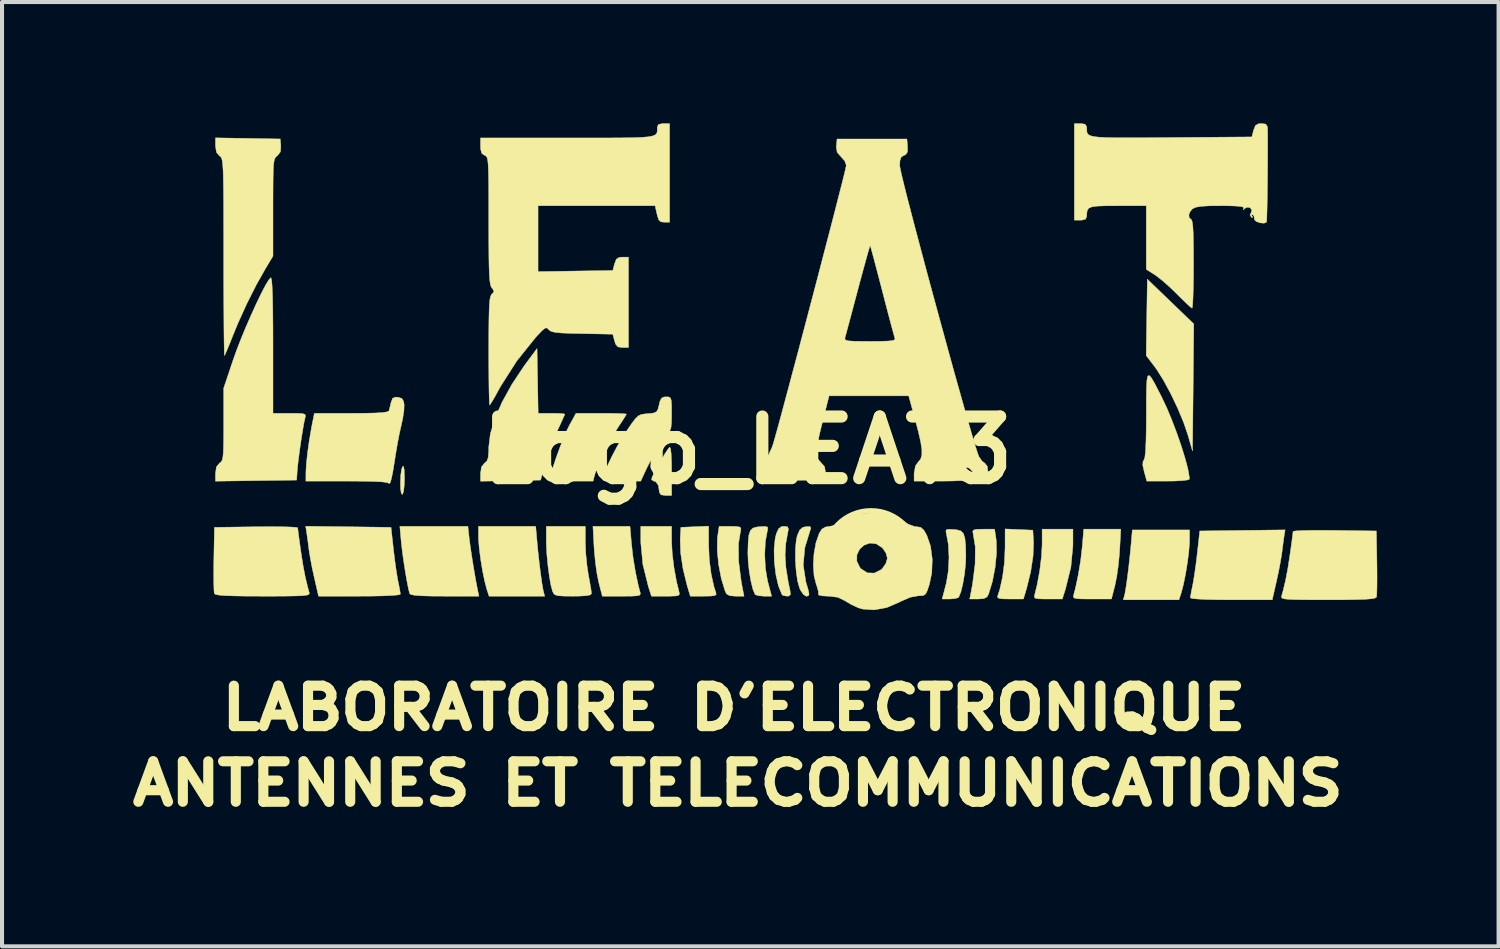
<source format=kicad_pcb>
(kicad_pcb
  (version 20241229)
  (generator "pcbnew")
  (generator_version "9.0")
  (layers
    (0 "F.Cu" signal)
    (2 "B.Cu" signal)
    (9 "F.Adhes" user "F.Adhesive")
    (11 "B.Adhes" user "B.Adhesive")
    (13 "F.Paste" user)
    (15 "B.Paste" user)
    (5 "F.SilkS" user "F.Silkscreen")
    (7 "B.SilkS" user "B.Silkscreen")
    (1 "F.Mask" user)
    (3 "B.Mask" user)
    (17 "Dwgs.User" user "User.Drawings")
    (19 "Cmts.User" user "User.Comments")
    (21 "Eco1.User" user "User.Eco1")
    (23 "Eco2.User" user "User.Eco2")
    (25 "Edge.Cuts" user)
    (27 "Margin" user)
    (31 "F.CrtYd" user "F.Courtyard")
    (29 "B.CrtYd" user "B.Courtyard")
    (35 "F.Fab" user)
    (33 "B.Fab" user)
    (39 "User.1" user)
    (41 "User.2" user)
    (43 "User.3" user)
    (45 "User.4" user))
  (footprint "Logo_LEAT3"
    (layer "F.Cu")
    (at 15.434 8.082)
    (property "Reference" "Logo_LEAT3" (at 0 0 0) (layer "F.SilkS") (effects (font (size 1.524 1.524) (thickness 0.3))))
    (attr through_hole)
    (fp_circle (center 3.05 2.65) (end 3.09 1.49) (stroke (width 0.12) (type solid)) (fill no) (layer "F.SilkS"))
    (fp_poly (pts (xy 10.455 -3.677) (xy 11.029 -3.124) (xy 11.014 -1.553) (xy 10.998 0.018) (xy 10.882 -0.385) (xy 10.777 -0.691) (xy 10.633 -1.036) (xy 10.465 -1.389) (xy 10.288 -1.718) (xy 10.117 -1.991) (xy 10.058 -2.073) (xy 9.853 -2.342) (xy 9.881 -4.23) (xy 10.455 -3.677)) (stroke (width 0.01) (type solid)) (fill yes) (layer "F.SilkS"))
    (fp_poly (pts (xy -8.491 0.482) (xy -8.485 0.661) (xy -8.484 0.696) (xy -8.491 0.879) (xy -8.508 1.02) (xy -8.532 1.09) (xy -8.534 1.092) (xy -8.564 1.065) (xy -8.581 0.946) (xy -8.584 0.803) (xy -8.577 0.622) (xy -8.557 0.476) (xy -8.534 0.406) (xy -8.507 0.399) (xy -8.491 0.482)) (stroke (width 0.01) (type solid)) (fill yes) (layer "F.SilkS"))
    (fp_poly (pts (xy -1.88 2.256) (xy -1.864 2.556) (xy -1.821 2.903) (xy -1.758 3.248) (xy -1.698 3.493) (xy -1.686 3.552) (xy -1.706 3.586) (xy -1.78 3.602) (xy -1.925 3.607) (xy -2.022 3.607) (xy -2.379 3.607) (xy -2.456 3.365) (xy -2.591 2.821) (xy -2.641 2.294) (xy -2.642 2.233) (xy -2.642 1.88) (xy -1.88 1.88) (xy -1.88 2.256)) (stroke (width 0.01) (type solid)) (fill yes) (layer "F.SilkS"))
    (fp_poly (pts (xy 7.28 2.326) (xy 7.264 2.626) (xy 7.221 2.973) (xy 7.158 3.318) (xy 7.098 3.562) (xy 7.086 3.622) (xy 7.106 3.656) (xy 7.18 3.672) (xy 7.325 3.677) (xy 7.422 3.677) (xy 7.779 3.677) (xy 7.856 3.436) (xy 7.991 2.891) (xy 8.041 2.364) (xy 8.042 2.303) (xy 8.042 1.95) (xy 7.28 1.95) (xy 7.28 2.326)) (stroke (width 0.01) (type solid)) (fill yes) (layer "F.SilkS"))
    (fp_poly (pts (xy -5.21 2.223) (xy -5.184 2.494) (xy -5.153 2.775) (xy -5.12 3.042) (xy -5.088 3.271) (xy -5.06 3.437) (xy -5.048 3.493) (xy -5.017 3.607) (xy -6.393 3.607) (xy -6.448 3.439) (xy -6.501 3.24) (xy -6.555 2.977) (xy -6.602 2.689) (xy -6.637 2.413) (xy -6.654 2.188) (xy -6.655 2.146) (xy -6.655 1.88) (xy -5.24 1.88) (xy -5.21 2.223)) (stroke (width 0.01) (type solid)) (fill yes) (layer "F.SilkS"))
    (fp_poly (pts (xy -0.964 2.347) (xy -0.948 2.707) (xy -0.902 3.062) (xy -0.833 3.374) (xy -0.785 3.518) (xy -0.778 3.566) (xy -0.814 3.592) (xy -0.914 3.604) (xy -1.085 3.607) (xy -1.418 3.607) (xy -1.497 3.343) (xy -1.597 2.936) (xy -1.656 2.546) (xy -1.668 2.205) (xy -1.667 2.184) (xy -1.651 1.905) (xy -1.308 1.89) (xy -0.965 1.875) (xy -0.964 2.347)) (stroke (width 0.01) (type solid)) (fill yes) (layer "F.SilkS"))
    (fp_poly (pts (xy 6.364 2.417) (xy 6.348 2.777) (xy 6.302 3.132) (xy 6.233 3.444) (xy 6.185 3.588) (xy 6.178 3.636) (xy 6.214 3.662) (xy 6.314 3.674) (xy 6.485 3.677) (xy 6.818 3.677) (xy 6.897 3.413) (xy 6.997 3.006) (xy 7.056 2.616) (xy 7.068 2.275) (xy 7.067 2.254) (xy 7.051 1.975) (xy 6.708 1.96) (xy 6.365 1.945) (xy 6.364 2.417)) (stroke (width 0.01) (type solid)) (fill yes) (layer "F.SilkS"))
    (fp_poly (pts (xy 9.48 2.312) (xy 9.454 2.584) (xy 9.423 2.865) (xy 9.39 3.132) (xy 9.358 3.361) (xy 9.33 3.527) (xy 9.318 3.583) (xy 9.287 3.697) (xy 10.663 3.697) (xy 10.718 3.529) (xy 10.771 3.33) (xy 10.825 3.067) (xy 10.872 2.779) (xy 10.907 2.503) (xy 10.924 2.278) (xy 10.925 2.236) (xy 10.925 1.97) (xy 9.51 1.97) (xy 9.48 2.312)) (stroke (width 0.01) (type solid)) (fill yes) (layer "F.SilkS"))
    (fp_poly (pts (xy -2.873 2.299) (xy -2.834 2.645) (xy -2.774 3.009) (xy -2.703 3.344) (xy -2.663 3.493) (xy -2.651 3.545) (xy -2.666 3.579) (xy -2.724 3.597) (xy -2.844 3.605) (xy -3.042 3.607) (xy -3.112 3.607) (xy -3.594 3.607) (xy -3.682 3.264) (xy -3.724 3.056) (xy -3.762 2.791) (xy -3.789 2.514) (xy -3.797 2.4) (xy -3.825 1.88) (xy -2.909 1.88) (xy -2.873 2.299)) (stroke (width 0.01) (type solid)) (fill yes) (layer "F.SilkS"))
    (fp_poly (pts (xy 8.273 2.369) (xy 8.234 2.715) (xy 8.174 3.079) (xy 8.103 3.414) (xy 8.063 3.562) (xy 8.051 3.615) (xy 8.066 3.649) (xy 8.124 3.667) (xy 8.244 3.675) (xy 8.442 3.677) (xy 8.512 3.677) (xy 8.994 3.677) (xy 9.082 3.334) (xy 9.124 3.126) (xy 9.162 2.861) (xy 9.189 2.584) (xy 9.197 2.47) (xy 9.225 1.95) (xy 8.309 1.95) (xy 8.273 2.369)) (stroke (width 0.01) (type solid)) (fill yes) (layer "F.SilkS"))
    (fp_poly (pts (xy -1.907 -0.043) (xy -1.891 0.085) (xy -1.882 0.299) (xy -1.88 0.505) (xy -1.88 1.118) (xy -2.032 1.118) (xy -2.144 1.101) (xy -2.183 1.041) (xy -2.184 1.02) (xy -2.209 0.863) (xy -2.275 0.775) (xy -2.322 0.762) (xy -2.374 0.731) (xy -2.365 0.673) (xy -2.313 0.562) (xy -2.233 0.409) (xy -2.139 0.242) (xy -2.046 0.087) (xy -1.97 -0.028) (xy -1.929 -0.077) (xy -1.907 -0.043)) (stroke (width 0.01) (type solid)) (fill yes) (layer "F.SilkS"))
    (fp_poly (pts (xy -0.265 1.884) (xy -0.186 1.901) (xy -0.165 1.939) (xy -0.171 1.968) (xy -0.227 2.314) (xy -0.223 2.74) (xy -0.159 3.244) (xy -0.122 3.442) (xy -0.089 3.607) (xy -0.3 3.607) (xy -0.442 3.596) (xy -0.519 3.554) (xy -0.556 3.486) (xy -0.651 3.174) (xy -0.718 2.826) (xy -0.752 2.481) (xy -0.748 2.179) (xy -0.74 2.111) (xy -0.705 1.88) (xy -0.425 1.88) (xy -0.265 1.884)) (stroke (width 0.01) (type solid)) (fill yes) (layer "F.SilkS"))
    (fp_poly (pts (xy 5.665 1.954) (xy 5.586 1.971) (xy 5.565 2.009) (xy 5.571 2.038) (xy 5.627 2.384) (xy 5.623 2.81) (xy 5.559 3.314) (xy 5.522 3.512) (xy 5.489 3.677) (xy 5.7 3.677) (xy 5.842 3.666) (xy 5.919 3.624) (xy 5.956 3.556) (xy 6.051 3.244) (xy 6.118 2.896) (xy 6.152 2.551) (xy 6.148 2.249) (xy 6.14 2.181) (xy 6.105 1.95) (xy 5.825 1.95) (xy 5.665 1.954)) (stroke (width 0.01) (type solid)) (fill yes) (layer "F.SilkS"))
    (fp_poly (pts (xy 0.988 1.892) (xy 1.008 1.948) (xy 0.995 2.019) (xy 0.943 2.309) (xy 0.926 2.594) (xy 0.946 2.901) (xy 1.004 3.259) (xy 1.048 3.467) (xy 1.058 3.568) (xy 1.015 3.604) (xy 0.974 3.607) (xy 0.879 3.591) (xy 0.848 3.569) (xy 0.76 3.35) (xy 0.696 3.066) (xy 0.659 2.752) (xy 0.653 2.443) (xy 0.681 2.173) (xy 0.709 2.063) (xy 0.766 1.937) (xy 0.841 1.885) (xy 0.899 1.88) (xy 0.988 1.892)) (stroke (width 0.01) (type solid)) (fill yes) (layer "F.SilkS"))
    (fp_poly (pts (xy -6.884 2.172) (xy -6.857 2.379) (xy -6.817 2.647) (xy -6.77 2.937) (xy -6.723 3.21) (xy -6.681 3.43) (xy -6.673 3.467) (xy -6.643 3.607) (xy -7.489 3.607) (xy -7.824 3.605) (xy -8.068 3.598) (xy -8.231 3.585) (xy -8.324 3.567) (xy -8.356 3.543) (xy -8.386 3.425) (xy -8.424 3.233) (xy -8.465 2.995) (xy -8.505 2.739) (xy -8.539 2.492) (xy -8.563 2.281) (xy -8.564 2.271) (xy -8.599 1.88) (xy -6.916 1.88) (xy -6.884 2.172)) (stroke (width 0.01) (type solid)) (fill yes) (layer "F.SilkS"))
    (fp_poly (pts (xy 1.564 1.921) (xy 1.55 1.964) (xy 1.413 2.409) (xy 1.375 2.836) (xy 1.437 3.245) (xy 1.447 3.281) (xy 1.498 3.454) (xy 1.518 3.552) (xy 1.506 3.595) (xy 1.464 3.607) (xy 1.445 3.607) (xy 1.377 3.564) (xy 1.305 3.457) (xy 1.286 3.416) (xy 1.234 3.233) (xy 1.199 2.987) (xy 1.18 2.712) (xy 1.181 2.443) (xy 1.202 2.216) (xy 1.227 2.108) (xy 1.286 1.972) (xy 1.36 1.907) (xy 1.442 1.888) (xy 1.542 1.886) (xy 1.564 1.921)) (stroke (width 0.01) (type solid)) (fill yes) (layer "F.SilkS"))
    (fp_poly (pts (xy -9.872 1.891) (xy -8.817 1.905) (xy -8.757 2.447) (xy -8.726 2.705) (xy -8.691 2.955) (xy -8.658 3.162) (xy -8.641 3.25) (xy -8.609 3.407) (xy -8.589 3.523) (xy -8.585 3.558) (xy -8.634 3.575) (xy -8.774 3.588) (xy -8.995 3.599) (xy -9.285 3.605) (xy -9.597 3.607) (xy -10.609 3.607) (xy -10.711 3.162) (xy -10.763 2.925) (xy -10.808 2.69) (xy -10.84 2.5) (xy -10.845 2.464) (xy -10.869 2.275) (xy -10.893 2.098) (xy -10.901 2.044) (xy -10.927 1.878) (xy -9.872 1.891)) (stroke (width 0.01) (type solid)) (fill yes) (layer "F.SilkS"))
    (fp_poly (pts (xy -4.013 2.282) (xy -4.002 2.548) (xy -3.973 2.844) (xy -3.937 3.082) (xy -3.901 3.277) (xy -3.874 3.437) (xy -3.861 3.533) (xy -3.861 3.543) (xy -3.893 3.576) (xy -3.999 3.596) (xy -4.188 3.606) (xy -4.319 3.607) (xy -4.537 3.605) (xy -4.676 3.597) (xy -4.755 3.577) (xy -4.798 3.54) (xy -4.824 3.486) (xy -4.864 3.336) (xy -4.903 3.114) (xy -4.938 2.85) (xy -4.964 2.575) (xy -4.977 2.318) (xy -4.978 2.232) (xy -4.978 1.88) (xy -4.013 1.88) (xy -4.013 2.282)) (stroke (width 0.01) (type solid)) (fill yes) (layer "F.SilkS"))
    (fp_poly (pts (xy 0.494 1.9) (xy 0.497 1.952) (xy 0.487 1.991) (xy 0.438 2.259) (xy 0.422 2.58) (xy 0.439 2.913) (xy 0.489 3.215) (xy 0.495 3.239) (xy 0.592 3.607) (xy 0.4 3.607) (xy 0.269 3.596) (xy 0.189 3.57) (xy 0.182 3.563) (xy 0.129 3.433) (xy 0.08 3.233) (xy 0.039 2.995) (xy 0.013 2.75) (xy 0.005 2.542) (xy 0.012 2.278) (xy 0.03 2.098) (xy 0.067 1.986) (xy 0.13 1.924) (xy 0.228 1.896) (xy 0.301 1.889) (xy 0.437 1.883) (xy 0.494 1.9)) (stroke (width 0.01) (type solid)) (fill yes) (layer "F.SilkS"))
    (fp_poly (pts (xy 4.906 1.97) (xy 4.903 2.022) (xy 4.913 2.061) (xy 4.962 2.329) (xy 4.978 2.65) (xy 4.961 2.983) (xy 4.911 3.285) (xy 4.905 3.308) (xy 4.808 3.677) (xy 5 3.677) (xy 5.131 3.666) (xy 5.211 3.64) (xy 5.218 3.633) (xy 5.271 3.503) (xy 5.32 3.303) (xy 5.361 3.065) (xy 5.387 2.82) (xy 5.395 2.612) (xy 5.388 2.348) (xy 5.37 2.168) (xy 5.333 2.056) (xy 5.27 1.994) (xy 5.172 1.966) (xy 5.099 1.959) (xy 4.963 1.953) (xy 4.906 1.97)) (stroke (width 0.01) (type solid)) (fill yes) (layer "F.SilkS"))
    (fp_poly (pts (xy 12.232 1.981) (xy 11.177 1.995) (xy 11.117 2.537) (xy 11.086 2.795) (xy 11.051 3.045) (xy 11.018 3.252) (xy 11.001 3.34) (xy 10.969 3.497) (xy 10.949 3.613) (xy 10.945 3.648) (xy 10.994 3.665) (xy 11.134 3.678) (xy 11.355 3.689) (xy 11.645 3.695) (xy 11.957 3.697) (xy 12.969 3.697) (xy 13.071 3.252) (xy 13.123 3.015) (xy 13.168 2.78) (xy 13.2 2.59) (xy 13.205 2.554) (xy 13.229 2.365) (xy 13.253 2.188) (xy 13.261 2.134) (xy 13.287 1.968) (xy 12.232 1.981)) (stroke (width 0.01) (type solid)) (fill yes) (layer "F.SilkS"))
    (fp_poly (pts (xy -3.382 -0.913) (xy -3.186 -0.909) (xy -3.051 -0.902) (xy -2.997 -0.895) (xy -2.997 -0.894) (xy -3.024 -0.845) (xy -3.092 -0.736) (xy -3.182 -0.602) (xy -3.298 -0.416) (xy -3.426 -0.184) (xy -3.554 0.067) (xy -3.666 0.308) (xy -3.75 0.511) (xy -3.786 0.622) (xy -3.821 0.762) (xy -4.349 0.762) (xy -4.594 0.759) (xy -4.753 0.75) (xy -4.842 0.731) (xy -4.875 0.702) (xy -4.877 0.69) (xy -4.858 0.582) (xy -4.808 0.405) (xy -4.735 0.185) (xy -4.648 -0.055) (xy -4.557 -0.288) (xy -4.47 -0.491) (xy -4.407 -0.618) (xy -4.244 -0.914) (xy -3.62 -0.914) (xy -3.382 -0.913)) (stroke (width 0.01) (type solid)) (fill yes) (layer "F.SilkS"))
    (fp_poly (pts (xy 9.981 -1.791) (xy 10.059 -1.658) (xy 10.164 -1.456) (xy 10.233 -1.321) (xy 10.36 -1.053) (xy 10.488 -0.746) (xy 10.612 -0.419) (xy 10.724 -0.095) (xy 10.817 0.207) (xy 10.885 0.466) (xy 10.919 0.662) (xy 10.922 0.714) (xy 10.875 0.734) (xy 10.746 0.75) (xy 10.556 0.76) (xy 10.395 0.762) (xy 9.868 0.762) (xy 9.804 0.531) (xy 9.768 0.37) (xy 9.775 0.275) (xy 9.797 0.241) (xy 9.82 0.173) (xy 9.837 0.018) (xy 9.848 -0.229) (xy 9.855 -0.571) (xy 9.857 -0.886) (xy 9.857 -1.264) (xy 9.861 -1.544) (xy 9.871 -1.732) (xy 9.891 -1.833) (xy 9.927 -1.851) (xy 9.981 -1.791)) (stroke (width 0.01) (type solid)) (fill yes) (layer "F.SilkS"))
    (fp_poly (pts (xy -5.193 -1.714) (xy -5.179 -0.914) (xy -4.85 -0.914) (xy -4.682 -0.912) (xy -4.564 -0.904) (xy -4.521 -0.894) (xy -4.541 -0.842) (xy -4.595 -0.721) (xy -4.671 -0.555) (xy -4.697 -0.501) (xy -4.799 -0.261) (xy -4.904 0.02) (xy -4.99 0.284) (xy -4.996 0.305) (xy -5.119 0.737) (xy -5.862 0.751) (xy -6.604 0.765) (xy -6.604 0.572) (xy -6.581 0.412) (xy -6.507 0.319) (xy -6.502 0.317) (xy -6.446 0.264) (xy -6.415 0.179) (xy -6.402 0.034) (xy -6.401 -0.08) (xy -6.362 -0.404) (xy -6.25 -0.779) (xy -6.07 -1.192) (xy -5.829 -1.629) (xy -5.532 -2.077) (xy -5.452 -2.186) (xy -5.207 -2.515) (xy -5.193 -1.714)) (stroke (width 0.01) (type solid)) (fill yes) (layer "F.SilkS"))
    (fp_poly (pts (xy -11.57 1.89) (xy -11.349 1.895) (xy -11.197 1.903) (xy -11.127 1.914) (xy -11.124 1.917) (xy -11.117 1.98) (xy -11.099 2.122) (xy -11.072 2.318) (xy -11.049 2.482) (xy -10.994 2.836) (xy -10.939 3.125) (xy -10.876 3.387) (xy -10.839 3.518) (xy -10.837 3.546) (xy -10.857 3.568) (xy -10.911 3.584) (xy -11.01 3.595) (xy -11.166 3.601) (xy -11.392 3.605) (xy -11.699 3.607) (xy -11.987 3.607) (xy -12.381 3.606) (xy -12.684 3.601) (xy -12.905 3.594) (xy -13.056 3.582) (xy -13.145 3.566) (xy -13.183 3.545) (xy -13.186 3.541) (xy -13.193 3.47) (xy -13.198 3.316) (xy -13.2 3.099) (xy -13.199 2.838) (xy -13.197 2.69) (xy -13.183 1.905) (xy -12.154 1.891) (xy -11.843 1.889) (xy -11.57 1.89)) (stroke (width 0.01) (type solid)) (fill yes) (layer "F.SilkS"))
    (fp_poly (pts (xy 13.93 1.98) (xy 13.709 1.985) (xy 13.557 1.993) (xy 13.487 2.004) (xy 13.484 2.007) (xy 13.477 2.07) (xy 13.459 2.212) (xy 13.432 2.408) (xy 13.409 2.572) (xy 13.354 2.926) (xy 13.299 3.215) (xy 13.236 3.477) (xy 13.199 3.608) (xy 13.197 3.636) (xy 13.217 3.658) (xy 13.271 3.674) (xy 13.37 3.685) (xy 13.526 3.691) (xy 13.752 3.695) (xy 14.059 3.697) (xy 14.347 3.697) (xy 14.741 3.696) (xy 15.044 3.691) (xy 15.265 3.684) (xy 15.416 3.672) (xy 15.505 3.656) (xy 15.543 3.635) (xy 15.546 3.631) (xy 15.553 3.56) (xy 15.558 3.406) (xy 15.56 3.189) (xy 15.559 2.928) (xy 15.557 2.78) (xy 15.543 1.995) (xy 14.514 1.981) (xy 14.203 1.979) (xy 13.93 1.98)) (stroke (width 0.01) (type solid)) (fill yes) (layer "F.SilkS"))
    (fp_poly (pts (xy -8.647 -1.311) (xy -8.548 -1.282) (xy -8.504 -1.204) (xy -8.493 -1.127) (xy -8.497 -0.99) (xy -8.525 -0.799) (xy -8.564 -0.619) (xy -8.608 -0.423) (xy -8.658 -0.165) (xy -8.706 0.117) (xy -8.735 0.303) (xy -8.771 0.524) (xy -8.806 0.696) (xy -8.837 0.802) (xy -8.858 0.823) (xy -8.904 0.801) (xy -9.017 0.783) (xy -9.204 0.772) (xy -9.475 0.765) (xy -9.837 0.762) (xy -9.909 0.762) (xy -10.922 0.762) (xy -10.921 0.546) (xy -10.91 0.336) (xy -10.88 0.059) (xy -10.836 -0.251) (xy -10.783 -0.56) (xy -10.766 -0.648) (xy -10.712 -0.914) (xy -9.799 -0.914) (xy -9.451 -0.916) (xy -9.194 -0.922) (xy -9.019 -0.933) (xy -8.914 -0.95) (xy -8.87 -0.973) (xy -8.867 -0.978) (xy -8.842 -1.073) (xy -8.816 -1.184) (xy -8.777 -1.287) (xy -8.699 -1.315) (xy -8.647 -1.311)) (stroke (width 0.01) (type solid)) (fill yes) (layer "F.SilkS"))
    (fp_poly (pts (xy -1.945 -1.317) (xy -1.907 -1.291) (xy -1.887 -1.222) (xy -1.88 -1.091) (xy -1.88 -0.909) (xy -1.882 -0.703) (xy -1.895 -0.562) (xy -1.933 -0.451) (xy -2.006 -0.333) (xy -2.116 -0.185) (xy -2.26 0.024) (xy -2.401 0.258) (xy -2.497 0.445) (xy -2.643 0.762) (xy -3.091 0.762) (xy -3.294 0.759) (xy -3.457 0.751) (xy -3.553 0.739) (xy -3.568 0.733) (xy -3.569 0.666) (xy -3.527 0.532) (xy -3.45 0.347) (xy -3.347 0.133) (xy -3.227 -0.094) (xy -3.099 -0.314) (xy -3.007 -0.457) (xy -2.874 -0.651) (xy -2.779 -0.777) (xy -2.704 -0.85) (xy -2.63 -0.885) (xy -2.538 -0.9) (xy -2.475 -0.904) (xy -2.327 -0.921) (xy -2.249 -0.956) (xy -2.213 -1.027) (xy -2.206 -1.057) (xy -2.168 -1.211) (xy -2.129 -1.289) (xy -2.07 -1.318) (xy -2.008 -1.321) (xy -1.945 -1.317)) (stroke (width 0.01) (type solid)) (fill yes) (layer "F.SilkS"))
    (fp_poly (pts (xy -11.77 -4.217) (xy -11.757 -4.068) (xy -11.747 -3.822) (xy -11.74 -3.483) (xy -11.736 -3.053) (xy -11.735 -2.591) (xy -11.735 -0.914) (xy -11.322 -0.914) (xy -11.12 -0.913) (xy -10.999 -0.906) (xy -10.943 -0.886) (xy -10.931 -0.849) (xy -10.942 -0.8) (xy -10.969 -0.678) (xy -11.003 -0.484) (xy -11.041 -0.247) (xy -11.077 0.005) (xy -11.108 0.242) (xy -11.13 0.436) (xy -11.136 0.508) (xy -11.151 0.737) (xy -12.154 0.75) (xy -13.157 0.764) (xy -13.157 0.572) (xy -13.134 0.412) (xy -13.059 0.319) (xy -13.056 0.317) (xy -13.019 0.288) (xy -12.992 0.244) (xy -12.974 0.171) (xy -12.963 0.052) (xy -12.957 -0.126) (xy -12.954 -0.379) (xy -12.954 -0.641) (xy -12.954 -1.535) (xy -12.722 -2.228) (xy -12.631 -2.483) (xy -12.521 -2.766) (xy -12.398 -3.062) (xy -12.27 -3.355) (xy -12.144 -3.632) (xy -12.026 -3.876) (xy -11.923 -4.074) (xy -11.842 -4.208) (xy -11.791 -4.266) (xy -11.786 -4.267) (xy -11.77 -4.217)) (stroke (width 0.01) (type solid)) (fill yes) (layer "F.SilkS"))
    (fp_poly (pts (xy -11.557 -7.696) (xy -11.541 -7.526) (xy -11.55 -7.381) (xy -11.621 -7.288) (xy -11.63 -7.282) (xy -11.663 -7.254) (xy -11.688 -7.216) (xy -11.707 -7.155) (xy -11.72 -7.058) (xy -11.728 -6.911) (xy -11.732 -6.703) (xy -11.734 -6.42) (xy -11.735 -6.05) (xy -11.735 -6.004) (xy -11.735 -4.801) (xy -11.917 -4.498) (xy -12.151 -4.083) (xy -12.388 -3.612) (xy -12.608 -3.126) (xy -12.723 -2.845) (xy -12.804 -2.641) (xy -12.873 -2.475) (xy -12.919 -2.369) (xy -12.933 -2.341) (xy -12.938 -2.386) (xy -12.941 -2.523) (xy -12.945 -2.742) (xy -12.948 -3.033) (xy -12.95 -3.388) (xy -12.952 -3.795) (xy -12.954 -4.246) (xy -12.954 -4.731) (xy -12.954 -4.766) (xy -12.954 -5.328) (xy -12.955 -5.797) (xy -12.956 -6.181) (xy -12.959 -6.49) (xy -12.963 -6.732) (xy -12.968 -6.915) (xy -12.977 -7.05) (xy -12.987 -7.143) (xy -13.001 -7.204) (xy -13.017 -7.241) (xy -13.038 -7.264) (xy -13.056 -7.276) (xy -13.133 -7.367) (xy -13.157 -7.524) (xy -13.157 -7.532) (xy -13.157 -7.724) (xy -11.557 -7.696)) (stroke (width 0.01) (type solid)) (fill yes) (layer "F.SilkS"))
    (fp_poly (pts (xy 3.341 1.552) (xy 3.487 1.567) (xy 3.599 1.602) (xy 3.712 1.667) (xy 3.792 1.722) (xy 3.969 1.827) (xy 4.124 1.884) (xy 4.178 1.89) (xy 4.277 1.905) (xy 4.353 1.971) (xy 4.428 2.099) (xy 4.522 2.371) (xy 4.564 2.694) (xy 4.552 3.031) (xy 4.496 3.302) (xy 4.443 3.466) (xy 4.399 3.555) (xy 4.34 3.591) (xy 4.247 3.598) (xy 4.219 3.598) (xy 4.022 3.633) (xy 3.782 3.737) (xy 3.746 3.757) (xy 3.438 3.889) (xy 3.127 3.946) (xy 2.838 3.925) (xy 2.737 3.895) (xy 2.565 3.816) (xy 2.404 3.72) (xy 2.399 3.717) (xy 2.23 3.635) (xy 2.011 3.607) (xy 1.983 3.607) (xy 1.842 3.599) (xy 1.759 3.579) (xy 1.749 3.561) (xy 1.749 3.49) (xy 1.714 3.367) (xy 1.699 3.329) (xy 1.642 3.108) (xy 1.623 2.839) (xy 1.629 2.742) (xy 2.699 2.742) (xy 2.777 2.901) (xy 2.803 2.93) (xy 2.957 3.03) (xy 3.129 3.037) (xy 3.297 2.954) (xy 3.33 2.923) (xy 3.416 2.8) (xy 3.454 2.672) (xy 3.454 2.667) (xy 3.419 2.54) (xy 3.334 2.415) (xy 3.33 2.411) (xy 3.176 2.311) (xy 3.02 2.295) (xy 2.878 2.346) (xy 2.766 2.449) (xy 2.701 2.586) (xy 2.699 2.742) (xy 1.629 2.742) (xy 1.64 2.554) (xy 1.689 2.283) (xy 1.767 2.058) (xy 1.836 1.947) (xy 1.925 1.897) (xy 2.035 1.88) (xy 2.155 1.853) (xy 2.317 1.784) (xy 2.443 1.714) (xy 2.586 1.631) (xy 2.708 1.582) (xy 2.843 1.558) (xy 3.03 1.55) (xy 3.128 1.549) (xy 3.341 1.552)) (stroke (width 0.01) (type solid)) (fill yes) (layer "F.SilkS"))
    (fp_poly (pts (xy -1.93 -5.639) (xy -2.059 -5.639) (xy -2.142 -5.647) (xy -2.192 -5.687) (xy -2.229 -5.785) (xy -2.257 -5.905) (xy -2.288 -6.045) (xy -3.735 -6.045) (xy -5.182 -6.045) (xy -5.182 -4.417) (xy -4.258 -4.431) (xy -3.334 -4.445) (xy -3.291 -4.61) (xy -3.246 -4.726) (xy -3.171 -4.77) (xy -3.097 -4.775) (xy -2.946 -4.775) (xy -2.946 -2.54) (xy -3.097 -2.54) (xy -3.207 -2.556) (xy -3.266 -2.626) (xy -3.291 -2.705) (xy -3.334 -2.87) (xy -4.093 -2.884) (xy -4.393 -2.891) (xy -4.607 -2.9) (xy -4.752 -2.914) (xy -4.843 -2.934) (xy -4.898 -2.963) (xy -4.919 -2.985) (xy -4.959 -3.024) (xy -5.007 -3.02) (xy -5.079 -2.963) (xy -5.194 -2.843) (xy -5.238 -2.794) (xy -5.707 -2.21) (xy -6.107 -1.583) (xy -6.152 -1.501) (xy -6.247 -1.328) (xy -6.325 -1.196) (xy -6.372 -1.124) (xy -6.38 -1.118) (xy -6.385 -1.166) (xy -6.39 -1.303) (xy -6.395 -1.515) (xy -6.398 -1.789) (xy -6.4 -2.112) (xy -6.401 -2.458) (xy -6.4 -2.87) (xy -6.397 -3.193) (xy -6.392 -3.436) (xy -6.384 -3.612) (xy -6.372 -3.733) (xy -6.355 -3.809) (xy -6.334 -3.851) (xy -6.323 -3.862) (xy -6.272 -3.921) (xy -6.298 -3.982) (xy -6.323 -4.012) (xy -6.345 -4.049) (xy -6.363 -4.113) (xy -6.377 -4.214) (xy -6.387 -4.363) (xy -6.394 -4.571) (xy -6.398 -4.849) (xy -6.4 -5.206) (xy -6.401 -5.653) (xy -6.401 -5.677) (xy -6.401 -6.12) (xy -6.402 -6.471) (xy -6.405 -6.742) (xy -6.41 -6.943) (xy -6.417 -7.086) (xy -6.429 -7.181) (xy -6.444 -7.239) (xy -6.465 -7.27) (xy -6.491 -7.286) (xy -6.502 -7.29) (xy -6.572 -7.338) (xy -6.601 -7.441) (xy -6.604 -7.522) (xy -6.604 -7.722) (xy -4.45 -7.722) (xy -3.918 -7.722) (xy -3.478 -7.722) (xy -3.123 -7.724) (xy -2.842 -7.728) (xy -2.628 -7.736) (xy -2.47 -7.749) (xy -2.362 -7.767) (xy -2.293 -7.793) (xy -2.254 -7.825) (xy -2.238 -7.867) (xy -2.234 -7.918) (xy -2.235 -7.98) (xy -2.209 -8.052) (xy -2.115 -8.076) (xy -2.083 -8.077) (xy -1.93 -8.077) (xy -1.93 -5.639)) (stroke (width 0.01) (type solid)) (fill yes) (layer "F.SilkS"))
    (fp_poly (pts (xy 8.34 -8.062) (xy 8.38 -8.004) (xy 8.383 -7.963) (xy 8.384 -7.902) (xy 8.391 -7.852) (xy 8.414 -7.812) (xy 8.463 -7.781) (xy 8.545 -7.758) (xy 8.671 -7.742) (xy 8.849 -7.732) (xy 9.09 -7.727) (xy 9.401 -7.726) (xy 9.791 -7.727) (xy 10.272 -7.73) (xy 10.466 -7.732) (xy 12.465 -7.747) (xy 12.508 -7.912) (xy 12.553 -8.028) (xy 12.628 -8.072) (xy 12.701 -8.077) (xy 12.809 -8.064) (xy 12.849 -8.003) (xy 12.854 -7.938) (xy 12.856 -7.705) (xy 12.856 -7.429) (xy 12.855 -7.125) (xy 12.853 -6.81) (xy 12.85 -6.502) (xy 12.846 -6.217) (xy 12.841 -5.971) (xy 12.836 -5.782) (xy 12.831 -5.667) (xy 12.827 -5.639) (xy 12.766 -5.614) (xy 12.668 -5.623) (xy 12.574 -5.656) (xy 12.528 -5.701) (xy 12.529 -5.715) (xy 12.516 -5.797) (xy 12.492 -5.819) (xy 12.455 -5.829) (xy 12.471 -5.791) (xy 12.485 -5.749) (xy 12.451 -5.762) (xy 12.418 -5.819) (xy 12.444 -5.865) (xy 12.466 -5.943) (xy 12.42 -6) (xy 12.342 -6.008) (xy 12.295 -5.98) (xy 12.249 -5.944) (xy 12.264 -5.981) (xy 12.264 -5.982) (xy 12.257 -6.009) (xy 12.192 -6.028) (xy 12.057 -6.039) (xy 11.839 -6.045) (xy 11.683 -6.045) (xy 11.402 -6.043) (xy 11.205 -6.031) (xy 11.073 -6.007) (xy 10.99 -5.964) (xy 10.938 -5.898) (xy 10.91 -5.834) (xy 10.915 -5.747) (xy 10.951 -5.721) (xy 10.975 -5.696) (xy 10.994 -5.634) (xy 11.007 -5.525) (xy 11.016 -5.355) (xy 11.021 -5.112) (xy 11.023 -4.786) (xy 11.024 -4.599) (xy 11.022 -4.279) (xy 11.017 -3.996) (xy 11.01 -3.766) (xy 11.001 -3.602) (xy 10.99 -3.52) (xy 10.986 -3.514) (xy 10.935 -3.551) (xy 10.833 -3.646) (xy 10.695 -3.78) (xy 10.613 -3.863) (xy 10.437 -4.033) (xy 10.259 -4.191) (xy 10.108 -4.31) (xy 10.067 -4.338) (xy 9.855 -4.472) (xy 9.855 -6.045) (xy 9.149 -6.045) (xy 8.856 -6.044) (xy 8.648 -6.037) (xy 8.513 -6.019) (xy 8.433 -5.985) (xy 8.395 -5.929) (xy 8.383 -5.848) (xy 8.382 -5.787) (xy 8.356 -5.715) (xy 8.262 -5.69) (xy 8.23 -5.69) (xy 8.077 -5.69) (xy 8.077 -8.077) (xy 8.23 -8.077) (xy 8.34 -8.062)) (stroke (width 0.01) (type solid)) (fill yes) (layer "F.SilkS"))
    (fp_poly (pts (xy 3.953 -7.51) (xy 3.952 -7.379) (xy 3.911 -7.312) (xy 3.864 -7.291) (xy 3.795 -7.248) (xy 3.765 -7.158) (xy 3.759 -7.038) (xy 3.773 -6.956) (xy 3.811 -6.787) (xy 3.871 -6.539) (xy 3.951 -6.223) (xy 4.048 -5.848) (xy 4.159 -5.425) (xy 4.282 -4.962) (xy 4.413 -4.47) (xy 4.551 -3.958) (xy 4.693 -3.437) (xy 4.835 -2.916) (xy 4.975 -2.405) (xy 5.111 -1.913) (xy 5.241 -1.451) (xy 5.36 -1.028) (xy 5.467 -0.654) (xy 5.559 -0.338) (xy 5.633 -0.092) (xy 5.687 0.077) (xy 5.716 0.155) (xy 5.792 0.264) (xy 5.866 0.322) (xy 5.925 0.398) (xy 5.944 0.557) (xy 5.935 0.692) (xy 5.9 0.751) (xy 5.847 0.762) (xy 5.759 0.725) (xy 5.649 0.63) (xy 5.599 0.573) (xy 5.502 0.462) (xy 5.438 0.422) (xy 5.382 0.44) (xy 5.364 0.453) (xy 5.308 0.516) (xy 5.332 0.578) (xy 5.358 0.608) (xy 5.42 0.689) (xy 5.436 0.728) (xy 5.388 0.741) (xy 5.258 0.751) (xy 5.063 0.759) (xy 4.824 0.762) (xy 4.775 0.762) (xy 4.115 0.762) (xy 4.115 0.57) (xy 4.149 0.383) (xy 4.216 0.291) (xy 4.275 0.22) (xy 4.306 0.122) (xy 4.307 -0.016) (xy 4.277 -0.211) (xy 4.216 -0.476) (xy 4.148 -0.737) (xy 3.981 -1.346) (xy 2.013 -1.346) (xy 1.846 -0.686) (xy 1.784 -0.432) (xy 1.732 -0.205) (xy 1.695 -0.029) (xy 1.678 0.076) (xy 1.678 0.085) (xy 1.715 0.193) (xy 1.806 0.297) (xy 1.807 0.298) (xy 1.902 0.404) (xy 1.923 0.537) (xy 1.921 0.569) (xy 1.905 0.737) (xy 1.105 0.742) (xy 0.305 0.748) (xy 0.305 0.572) (xy 0.353 0.366) (xy 0.43 0.247) (xy 0.518 0.11) (xy 0.602 -0.073) (xy 0.634 -0.166) (xy 0.677 -0.317) (xy 0.741 -0.547) (xy 0.822 -0.845) (xy 0.918 -1.203) (xy 1.027 -1.61) (xy 1.146 -2.057) (xy 1.273 -2.533) (xy 1.328 -2.745) (xy 2.404 -2.745) (xy 2.431 -2.72) (xy 2.503 -2.704) (xy 2.637 -2.696) (xy 2.846 -2.693) (xy 3.025 -2.692) (xy 3.296 -2.694) (xy 3.48 -2.701) (xy 3.589 -2.714) (xy 3.638 -2.735) (xy 3.642 -2.762) (xy 3.622 -2.829) (xy 3.581 -2.98) (xy 3.522 -3.199) (xy 3.45 -3.472) (xy 3.369 -3.782) (xy 3.328 -3.942) (xy 3.245 -4.262) (xy 3.17 -4.547) (xy 3.108 -4.782) (xy 3.061 -4.955) (xy 3.034 -5.051) (xy 3.029 -5.065) (xy 3.014 -5.021) (xy 2.976 -4.893) (xy 2.92 -4.694) (xy 2.85 -4.438) (xy 2.769 -4.139) (xy 2.725 -3.973) (xy 2.639 -3.649) (xy 2.561 -3.355) (xy 2.494 -3.106) (xy 2.443 -2.917) (xy 2.413 -2.804) (xy 2.406 -2.781) (xy 2.404 -2.745) (xy 1.328 -2.745) (xy 1.404 -3.03) (xy 1.537 -3.538) (xy 1.671 -4.046) (xy 1.801 -4.545) (xy 1.926 -5.025) (xy 2.044 -5.477) (xy 2.151 -5.89) (xy 2.244 -6.256) (xy 2.323 -6.563) (xy 2.383 -6.803) (xy 2.422 -6.966) (xy 2.438 -7.042) (xy 2.438 -7.045) (xy 2.4 -7.153) (xy 2.309 -7.257) (xy 2.308 -7.258) (xy 2.213 -7.364) (xy 2.191 -7.497) (xy 2.194 -7.528) (xy 2.21 -7.696) (xy 3.937 -7.696) (xy 3.953 -7.51)) (stroke (width 0.01) (type solid)) (fill yes) (layer "F.SilkS"))
    (fp_text user "ANTENNES ET TELECOMMUNICATIONS" (at -0.24 8.24 0) (layer "F.SilkS") (effects (font (size 1 1.1) (thickness 0.25))))
    (fp_text user "LABORATOIRE D'ELECTRONIQUE" (at -0.34 6.37 0) (layer "F.SilkS") (effects (font (size 1 1.1) (thickness 0.25)))))
  (gr_rect
    (start -3 -3)
    (end 33.999 20.346)
    (stroke (width 0.1) (type default))
    (fill no)
    (layer "Edge.Cuts")))
</source>
